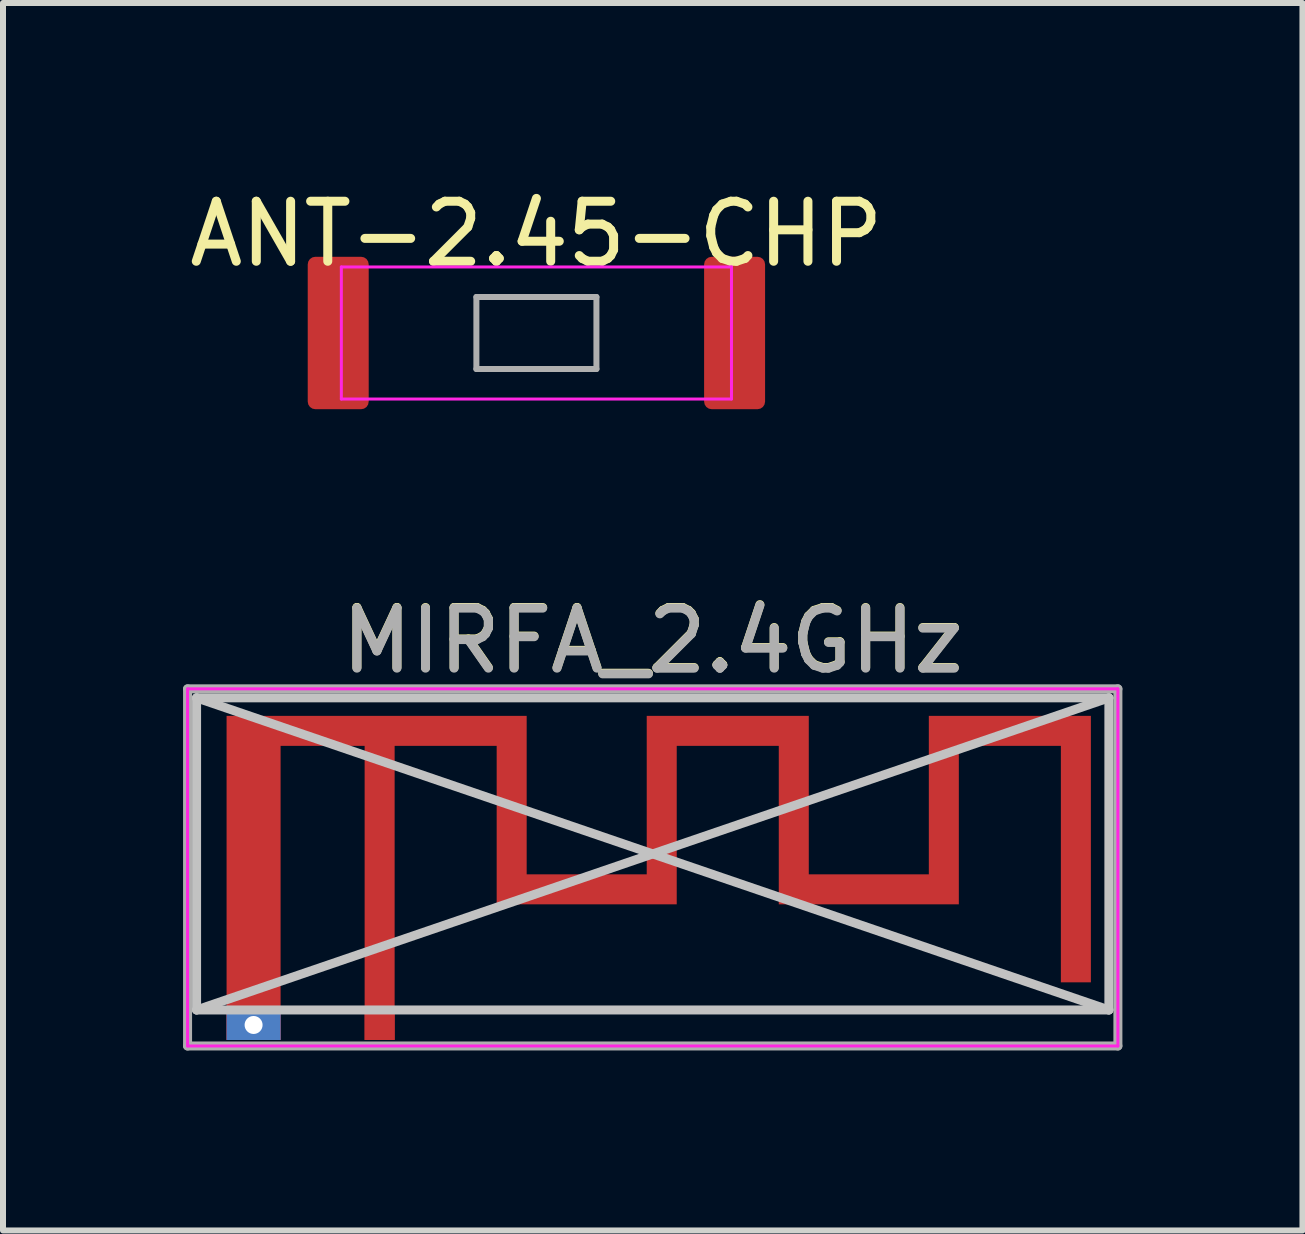
<source format=kicad_pcb>
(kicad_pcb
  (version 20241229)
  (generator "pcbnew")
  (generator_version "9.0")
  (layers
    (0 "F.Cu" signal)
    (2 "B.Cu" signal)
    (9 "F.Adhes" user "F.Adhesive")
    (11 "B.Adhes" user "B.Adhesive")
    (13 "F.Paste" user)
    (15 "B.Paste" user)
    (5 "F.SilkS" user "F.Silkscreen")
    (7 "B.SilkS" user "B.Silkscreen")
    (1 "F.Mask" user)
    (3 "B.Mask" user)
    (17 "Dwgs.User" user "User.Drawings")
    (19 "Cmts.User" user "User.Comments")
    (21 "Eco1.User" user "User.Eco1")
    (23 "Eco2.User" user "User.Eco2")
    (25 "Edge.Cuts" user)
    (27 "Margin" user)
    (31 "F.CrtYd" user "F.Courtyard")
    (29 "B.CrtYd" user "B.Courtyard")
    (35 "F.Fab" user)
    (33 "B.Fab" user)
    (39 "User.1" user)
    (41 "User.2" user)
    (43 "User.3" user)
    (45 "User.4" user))
  (footprint "MIRFA_2.4GHz"
    (layer "F.Cu")
    (at 3.275 14.027)
    (property "Reference" "MIRFA_2.4GHz" (at 4.55 -6.41 0) (layer "F.SilkS") (effects (font (size 1 1) (thickness 0.15))))
    (attr exclude_from_pos_files exclude_from_bom)
    (fp_poly (pts (xy 2.45 -2.51) (xy 4.45 -2.51) (xy 4.45 -5.15) (xy 7.15 -5.15) (xy 7.15 -2.51) (xy 9.15 -2.51) (xy 9.15 -5.15) (xy 11.85 -5.15) (xy 11.85 -0.71) (xy 11.35 -0.71) (xy 11.35 -4.65) (xy 9.65 -4.65) (xy 9.65 -2.01) (xy 6.65 -2.01) (xy 6.65 -4.65) (xy 4.95 -4.65) (xy 4.95 -2.01) (xy 1.95 -2.01) (xy 1.95 -4.65) (xy 0.25 -4.65) (xy 0.25 0.25) (xy -0.25 0.25) (xy -0.25 -4.65) (xy -1.65 -4.65) (xy -1.65 0.25) (xy -2.55 0.25) (xy -2.55 0.007) (xy -2.248 0.007) (xy -2.238 0.054) (xy -2.214 0.097) (xy -2.176 0.13) (xy -2.168 0.134) (xy -2.125 0.146) (xy -2.077 0.145) (xy -2.031 0.132) (xy -2.013 0.122) (xy -1.979 0.087) (xy -1.958 0.041) (xy -1.952 -0.008) (xy -1.96 -0.056) (xy -1.977 -0.089) (xy -2.012 -0.121) (xy -2.058 -0.141) (xy -2.107 -0.148) (xy -2.155 -0.14) (xy -2.188 -0.123) (xy -2.223 -0.086) (xy -2.243 -0.042) (xy -2.248 0.007) (xy -2.55 0.007) (xy -2.55 -5.15) (xy 2.45 -5.15) (xy 2.45 -2.51)) (stroke (width 0) (type solid)) (fill yes) (layer "F.Cu"))
    (fp_line (start -3.05 -5.45) (end 12.15 -5.45) (stroke (width 0.15) (type solid)) (layer "Dwgs.User"))
    (fp_line (start -3.05 -5.45) (end 12.15 -0.25) (stroke (width 0.15) (type solid)) (layer "Dwgs.User"))
    (fp_line (start -3.05 -0.25) (end -3.05 -5.45) (stroke (width 0.15) (type solid)) (layer "Dwgs.User"))
    (fp_line (start -3.05 -0.25) (end 12.15 -5.45) (stroke (width 0.15) (type solid)) (layer "Dwgs.User"))
    (fp_line (start -3.05 -0.25) (end 12.15 -0.25) (stroke (width 0.15) (type solid)) (layer "Dwgs.User"))
    (fp_line (start 12.15 -0.25) (end 12.15 -5.45) (stroke (width 0.15) (type solid)) (layer "Dwgs.User"))
    (fp_line (start -3.2 -5.6) (end 12.3 -5.6) (stroke (width 0.05) (type solid)) (layer "F.CrtYd"))
    (fp_line (start -3.2 0.35) (end -3.2 -5.6) (stroke (width 0.05) (type solid)) (layer "F.CrtYd"))
    (fp_line (start 12.3 -5.6) (end 12.3 0.35) (stroke (width 0.05) (type solid)) (layer "F.CrtYd"))
    (fp_line (start 12.3 0.35) (end -3.2 0.35) (stroke (width 0.05) (type solid)) (layer "F.CrtYd"))
    (fp_line (start -3.2 -5.6) (end 12.3 -5.6) (stroke (width 0.15) (type solid)) (layer "F.Fab"))
    (fp_line (start -3.2 0.35) (end -3.2 -5.6) (stroke (width 0.15) (type solid)) (layer "F.Fab"))
    (fp_line (start 12.3 -5.6) (end 12.3 0.35) (stroke (width 0.15) (type solid)) (layer "F.Fab"))
    (fp_line (start 12.3 0.35) (end -3.2 0.35) (stroke (width 0.15) (type solid)) (layer "F.Fab"))
    (fp_text user "${REFERENCE}" (at 4.55 -6.4 0) (layer "F.Fab") (effects (font (size 1 1) (thickness 0.15))))
    (pad "1" connect rect (at 0 0) (size 0.5 0.5) (layers "F.Cu"))
    (pad "2" thru_hole rect (at -2.1 0) (size 0.9 0.5) (drill 0.3) (layers "*.Cu")))
  (footprint "ANT-2.45-CHP"
    (layer "F.Cu")
    (at 5.887 2.498)
    (property "Reference" "ANT-2.45-CHP" (at 0 -1.65 0) (layer "F.SilkS") (effects (font (size 1 1) (thickness 0.15))))
    (attr smd)
    (fp_line (start -3.25 -1.1) (end 3.25 -1.1) (stroke (width 0.05) (type solid)) (layer "F.CrtYd"))
    (fp_line (start -3.25 1.1) (end -3.25 -1.1) (stroke (width 0.05) (type solid)) (layer "F.CrtYd"))
    (fp_line (start 3.25 -1.1) (end 3.25 1.1) (stroke (width 0.05) (type solid)) (layer "F.CrtYd"))
    (fp_line (start 3.25 1.1) (end -3.25 1.1) (stroke (width 0.05) (type solid)) (layer "F.CrtYd"))
    (fp_line (start -1 -0.6) (end 1 -0.6) (stroke (width 0.1) (type solid)) (layer "F.Fab"))
    (fp_line (start -1 0.6) (end -1 -0.6) (stroke (width 0.1) (type solid)) (layer "F.Fab"))
    (fp_line (start 1 -0.6) (end 1 0.6) (stroke (width 0.1) (type solid)) (layer "F.Fab"))
    (fp_line (start 1 0.6) (end -1 0.6) (stroke (width 0.1) (type solid)) (layer "F.Fab"))
    (pad "1" smd roundrect (at -3.302 0) (size 1.016 2.54) (layers "F.Cu" "F.Mask" "F.Paste") (roundrect_rratio 0.125))
    (pad "2" smd roundrect (at 3.302 0) (size 1.016 2.54) (layers "F.Cu" "F.Mask" "F.Paste") (roundrect_rratio 0.125)))
  (gr_rect
    (start -3 -3)
    (end 18.65 17.451)
    (stroke (width 0.1) (type default))
    (fill no)
    (layer "Edge.Cuts")))
</source>
